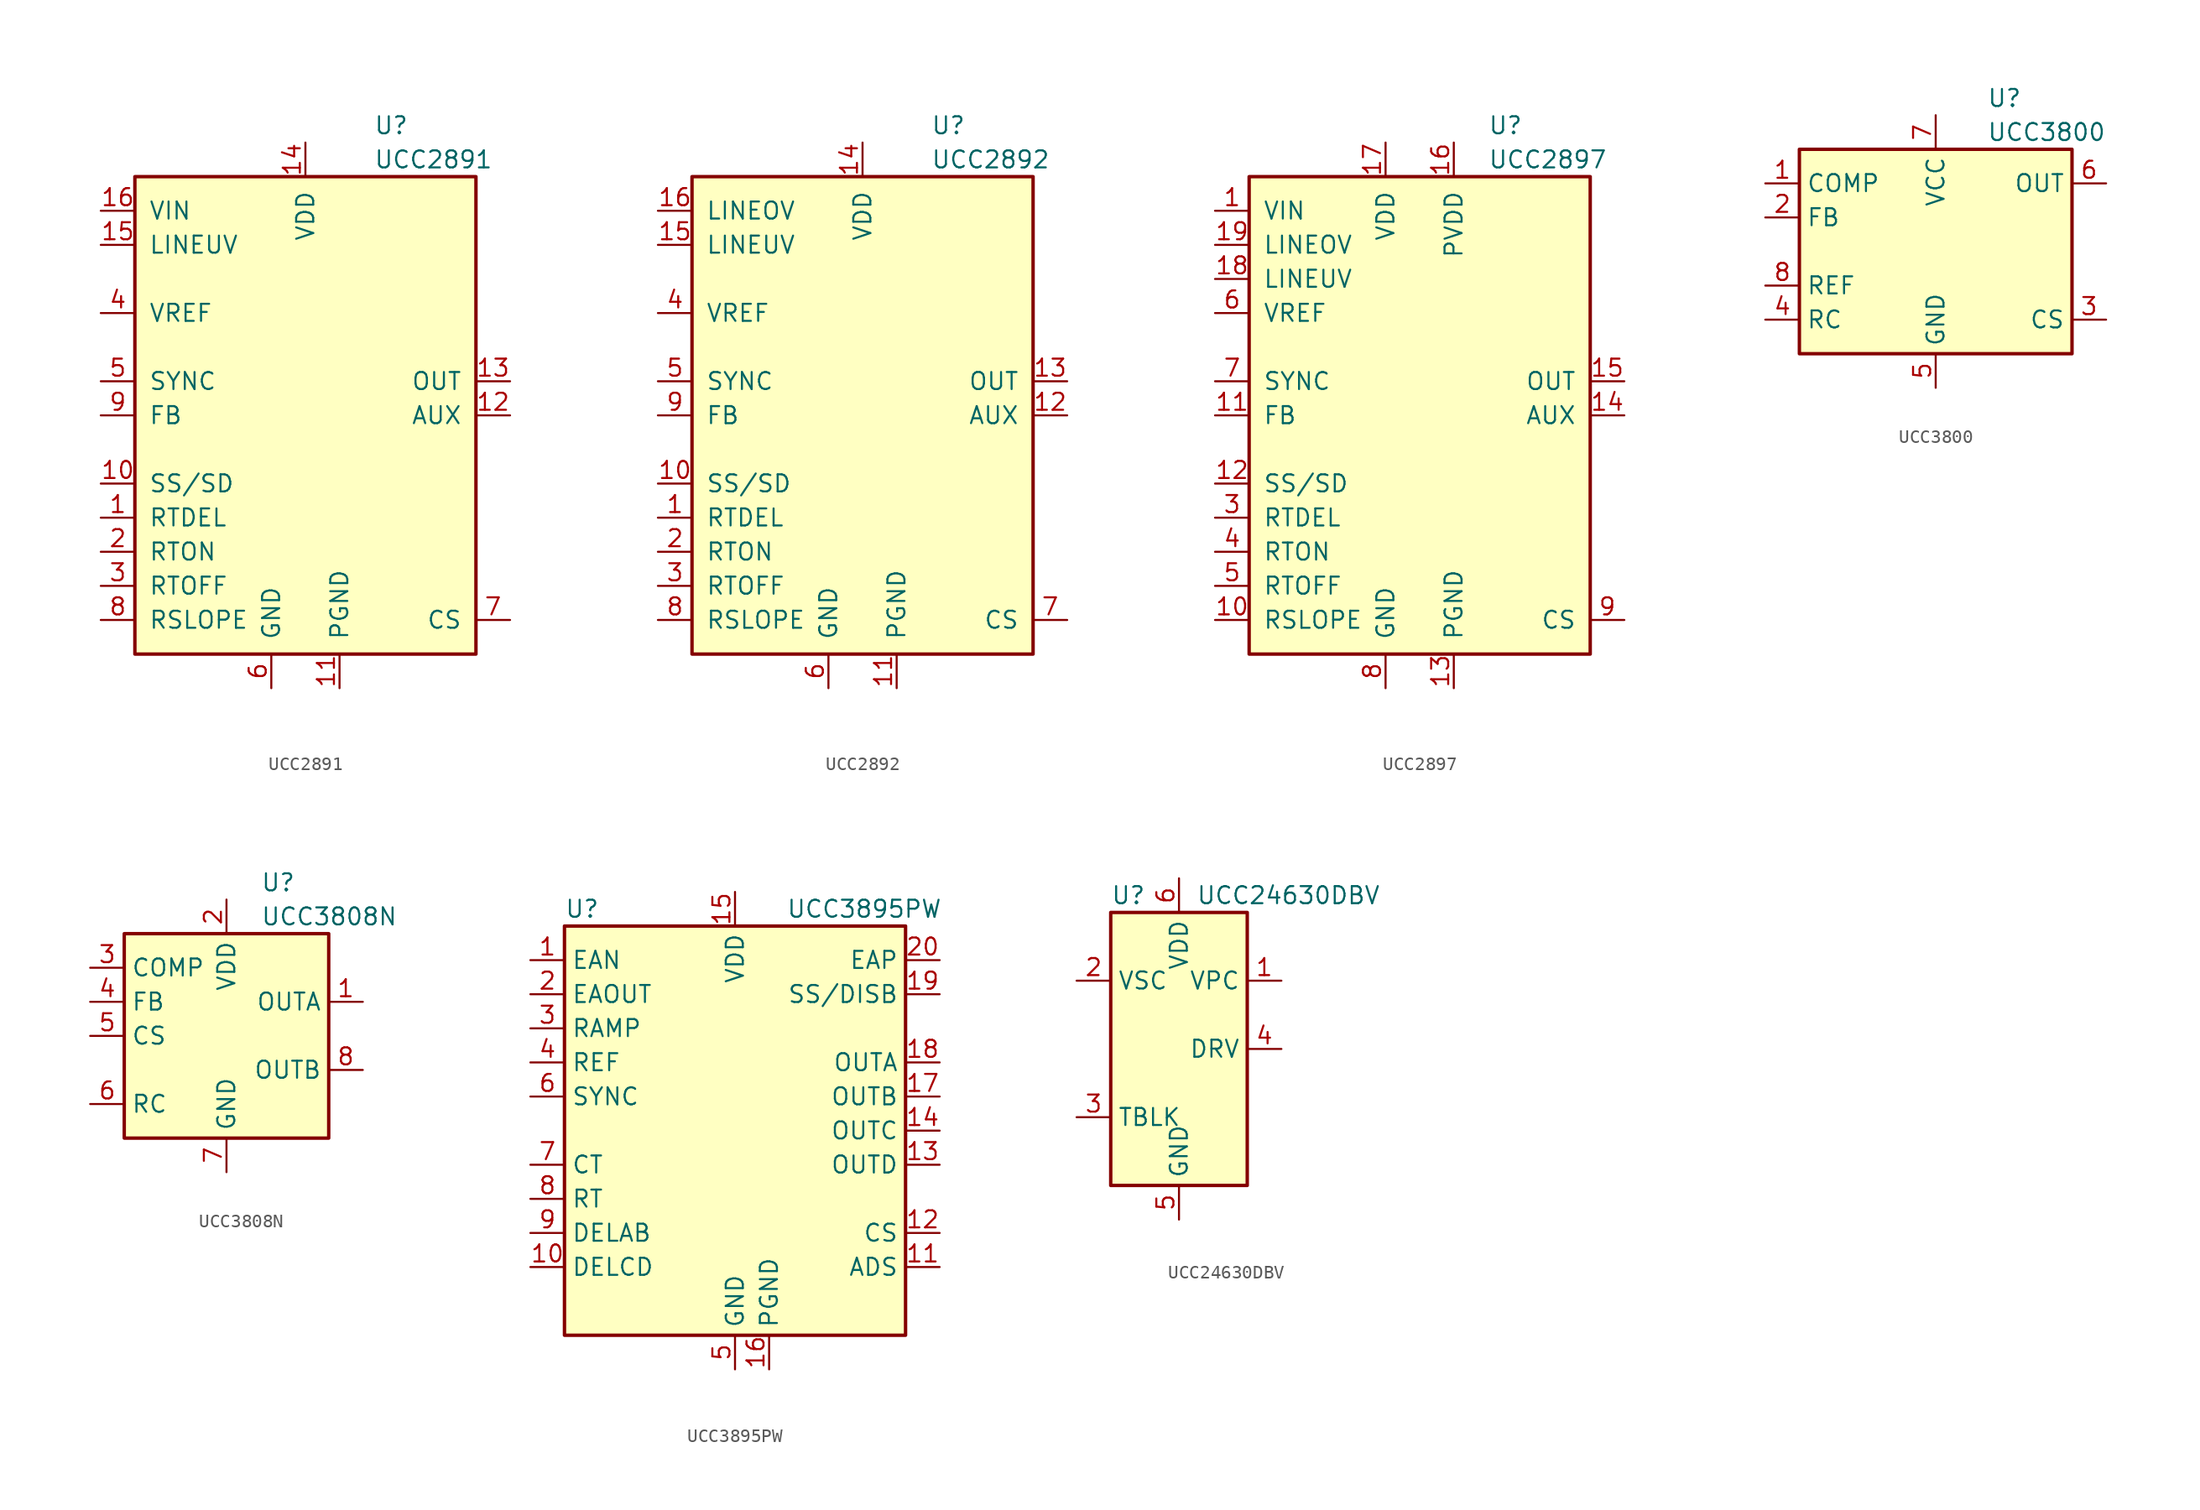
<source format=kicad_sym>
(kicad_symbol_lib
  (version 20201005)
  (generator kicad_symbol_editor)
  (symbol "Regulator_Controller:UCC2891"
    (pin_names
      (offset 1.016))
    (property "Reference" "U"
      (at 5.08 21.59 0)
      (effects (font (size 1.27 1.27)) (justify left)))
    (property "Value" "UCC2891"
      (at 5.08 19.05 0)
      (effects (font (size 1.27 1.27)) (justify left)))
    (symbol "UCC2891_0_1"
      (rectangle (start -12.7 -17.78) (end 12.7 17.78) (stroke (width 0.254)) (fill (type background))))
    (symbol "UCC2891_1_1"
      (pin passive line (at -15.24 -7.62 0) (length 2.54) (name "RTDEL" (effects (font (size 1.27 1.27)))) (number "1" (effects (font (size 1.27 1.27)))))
      (pin passive line (at -15.24 -5.08 0) (length 2.54) (name "SS/SD" (effects (font (size 1.27 1.27)))) (number "10" (effects (font (size 1.27 1.27)))))
      (pin power_in line (at 2.54 -20.32 90) (length 2.54) (name "PGND" (effects (font (size 1.27 1.27)))) (number "11" (effects (font (size 1.27 1.27)))))
      (pin output line (at 15.24 0 180) (length 2.54) (name "AUX" (effects (font (size 1.27 1.27)))) (number "12" (effects (font (size 1.27 1.27)))))
      (pin output line (at 15.24 2.54 180) (length 2.54) (name "OUT" (effects (font (size 1.27 1.27)))) (number "13" (effects (font (size 1.27 1.27)))))
      (pin power_in line (at 0 20.32 270) (length 2.54) (name "VDD" (effects (font (size 1.27 1.27)))) (number "14" (effects (font (size 1.27 1.27)))))
      (pin passive line (at -15.24 12.7 0) (length 2.54) (name "LINEUV" (effects (font (size 1.27 1.27)))) (number "15" (effects (font (size 1.27 1.27)))))
      (pin input line (at -15.24 15.24 0) (length 2.54) (name "VIN" (effects (font (size 1.27 1.27)))) (number "16" (effects (font (size 1.27 1.27)))))
      (pin passive line (at -15.24 -10.16 0) (length 2.54) (name "RTON" (effects (font (size 1.27 1.27)))) (number "2" (effects (font (size 1.27 1.27)))))
      (pin passive line (at -15.24 -12.7 0) (length 2.54) (name "RTOFF" (effects (font (size 1.27 1.27)))) (number "3" (effects (font (size 1.27 1.27)))))
      (pin output line (at -15.24 7.62 0) (length 2.54) (name "VREF" (effects (font (size 1.27 1.27)))) (number "4" (effects (font (size 1.27 1.27)))))
      (pin input line (at -15.24 2.54 0) (length 2.54) (name "SYNC" (effects (font (size 1.27 1.27)))) (number "5" (effects (font (size 1.27 1.27)))))
      (pin power_in line (at -2.54 -20.32 90) (length 2.54) (name "GND" (effects (font (size 1.27 1.27)))) (number "6" (effects (font (size 1.27 1.27)))))
      (pin input line (at 15.24 -15.24 180) (length 2.54) (name "CS" (effects (font (size 1.27 1.27)))) (number "7" (effects (font (size 1.27 1.27)))))
      (pin passive line (at -15.24 -15.24 0) (length 2.54) (name "RSLOPE" (effects (font (size 1.27 1.27)))) (number "8" (effects (font (size 1.27 1.27)))))
      (pin input line (at -15.24 0 0) (length 2.54) (name "FB" (effects (font (size 1.27 1.27)))) (number "9" (effects (font (size 1.27 1.27)))))))
  (symbol "Regulator_Controller:UCC2892"
    (pin_names
      (offset 1.016))
    (property "Reference" "U"
      (at 5.08 21.59 0)
      (effects (font (size 1.27 1.27)) (justify left)))
    (property "Value" "UCC2892"
      (at 5.08 19.05 0)
      (effects (font (size 1.27 1.27)) (justify left)))
    (symbol "UCC2892_0_1"
      (rectangle (start -12.7 -17.78) (end 12.7 17.78) (stroke (width 0.254)) (fill (type background))))
    (symbol "UCC2892_1_1"
      (pin passive line (at -15.24 -7.62 0) (length 2.54) (name "RTDEL" (effects (font (size 1.27 1.27)))) (number "1" (effects (font (size 1.27 1.27)))))
      (pin passive line (at -15.24 -5.08 0) (length 2.54) (name "SS/SD" (effects (font (size 1.27 1.27)))) (number "10" (effects (font (size 1.27 1.27)))))
      (pin power_in line (at 2.54 -20.32 90) (length 2.54) (name "PGND" (effects (font (size 1.27 1.27)))) (number "11" (effects (font (size 1.27 1.27)))))
      (pin output line (at 15.24 0 180) (length 2.54) (name "AUX" (effects (font (size 1.27 1.27)))) (number "12" (effects (font (size 1.27 1.27)))))
      (pin output line (at 15.24 2.54 180) (length 2.54) (name "OUT" (effects (font (size 1.27 1.27)))) (number "13" (effects (font (size 1.27 1.27)))))
      (pin power_in line (at 0 20.32 270) (length 2.54) (name "VDD" (effects (font (size 1.27 1.27)))) (number "14" (effects (font (size 1.27 1.27)))))
      (pin passive line (at -15.24 12.7 0) (length 2.54) (name "LINEUV" (effects (font (size 1.27 1.27)))) (number "15" (effects (font (size 1.27 1.27)))))
      (pin passive line (at -15.24 15.24 0) (length 2.54) (name "LINEOV" (effects (font (size 1.27 1.27)))) (number "16" (effects (font (size 1.27 1.27)))))
      (pin passive line (at -15.24 -10.16 0) (length 2.54) (name "RTON" (effects (font (size 1.27 1.27)))) (number "2" (effects (font (size 1.27 1.27)))))
      (pin passive line (at -15.24 -12.7 0) (length 2.54) (name "RTOFF" (effects (font (size 1.27 1.27)))) (number "3" (effects (font (size 1.27 1.27)))))
      (pin output line (at -15.24 7.62 0) (length 2.54) (name "VREF" (effects (font (size 1.27 1.27)))) (number "4" (effects (font (size 1.27 1.27)))))
      (pin input line (at -15.24 2.54 0) (length 2.54) (name "SYNC" (effects (font (size 1.27 1.27)))) (number "5" (effects (font (size 1.27 1.27)))))
      (pin power_in line (at -2.54 -20.32 90) (length 2.54) (name "GND" (effects (font (size 1.27 1.27)))) (number "6" (effects (font (size 1.27 1.27)))))
      (pin input line (at 15.24 -15.24 180) (length 2.54) (name "CS" (effects (font (size 1.27 1.27)))) (number "7" (effects (font (size 1.27 1.27)))))
      (pin passive line (at -15.24 -15.24 0) (length 2.54) (name "RSLOPE" (effects (font (size 1.27 1.27)))) (number "8" (effects (font (size 1.27 1.27)))))
      (pin input line (at -15.24 0 0) (length 2.54) (name "FB" (effects (font (size 1.27 1.27)))) (number "9" (effects (font (size 1.27 1.27)))))))
  (symbol "Regulator_Controller:UCC2897"
    (pin_names
      (offset 1.016))
    (property "Reference" "U"
      (at 5.08 21.59 0)
      (effects (font (size 1.27 1.27)) (justify left)))
    (property "Value" "UCC2897"
      (at 5.08 19.05 0)
      (effects (font (size 1.27 1.27)) (justify left)))
    (symbol "UCC2897_0_1"
      (rectangle (start -12.7 -17.78) (end 12.7 17.78) (stroke (width 0.254)) (fill (type background))))
    (symbol "UCC2897_1_1"
      (pin input line (at -15.24 15.24 0) (length 2.54) (name "VIN" (effects (font (size 1.27 1.27)))) (number "1" (effects (font (size 1.27 1.27)))))
      (pin passive line (at -15.24 -15.24 0) (length 2.54) (name "RSLOPE" (effects (font (size 1.27 1.27)))) (number "10" (effects (font (size 1.27 1.27)))))
      (pin input line (at -15.24 0 0) (length 2.54) (name "FB" (effects (font (size 1.27 1.27)))) (number "11" (effects (font (size 1.27 1.27)))))
      (pin passive line (at -15.24 -5.08 0) (length 2.54) (name "SS/SD" (effects (font (size 1.27 1.27)))) (number "12" (effects (font (size 1.27 1.27)))))
      (pin power_in line (at 2.54 -20.32 90) (length 2.54) (name "PGND" (effects (font (size 1.27 1.27)))) (number "13" (effects (font (size 1.27 1.27)))))
      (pin output line (at 15.24 0 180) (length 2.54) (name "AUX" (effects (font (size 1.27 1.27)))) (number "14" (effects (font (size 1.27 1.27)))))
      (pin output line (at 15.24 2.54 180) (length 2.54) (name "OUT" (effects (font (size 1.27 1.27)))) (number "15" (effects (font (size 1.27 1.27)))))
      (pin power_in line (at 2.54 20.32 270) (length 2.54) (name "PVDD" (effects (font (size 1.27 1.27)))) (number "16" (effects (font (size 1.27 1.27)))))
      (pin power_in line (at -2.54 20.32 270) (length 2.54) (name "VDD" (effects (font (size 1.27 1.27)))) (number "17" (effects (font (size 1.27 1.27)))))
      (pin passive line (at -15.24 10.16 0) (length 2.54) (name "LINEUV" (effects (font (size 1.27 1.27)))) (number "18" (effects (font (size 1.27 1.27)))))
      (pin passive line (at -15.24 12.7 0) (length 2.54) (name "LINEOV" (effects (font (size 1.27 1.27)))) (number "19" (effects (font (size 1.27 1.27)))))
      (pin no_connect line (at 15.24 15.24 180) (length 2.54) hide (name "N/C" (effects (font (size 1.27 1.27)))) (number "2" (effects (font (size 1.27 1.27)))))
      (pin no_connect line (at 15.24 12.7 180) (length 2.54) hide (name "N/C" (effects (font (size 1.27 1.27)))) (number "20" (effects (font (size 1.27 1.27)))))
      (pin passive line (at -15.24 -7.62 0) (length 2.54) (name "RTDEL" (effects (font (size 1.27 1.27)))) (number "3" (effects (font (size 1.27 1.27)))))
      (pin passive line (at -15.24 -10.16 0) (length 2.54) (name "RTON" (effects (font (size 1.27 1.27)))) (number "4" (effects (font (size 1.27 1.27)))))
      (pin passive line (at -15.24 -12.7 0) (length 2.54) (name "RTOFF" (effects (font (size 1.27 1.27)))) (number "5" (effects (font (size 1.27 1.27)))))
      (pin output line (at -15.24 7.62 0) (length 2.54) (name "VREF" (effects (font (size 1.27 1.27)))) (number "6" (effects (font (size 1.27 1.27)))))
      (pin input line (at -15.24 2.54 0) (length 2.54) (name "SYNC" (effects (font (size 1.27 1.27)))) (number "7" (effects (font (size 1.27 1.27)))))
      (pin power_in line (at -2.54 -20.32 90) (length 2.54) (name "GND" (effects (font (size 1.27 1.27)))) (number "8" (effects (font (size 1.27 1.27)))))
      (pin input line (at 15.24 -15.24 180) (length 2.54) (name "CS" (effects (font (size 1.27 1.27)))) (number "9" (effects (font (size 1.27 1.27)))))))
  (symbol "Regulator_Controller:UCC3800"
    (property "Reference" "U"
      (at 3.81 11.43 0)
      (effects (font (size 1.27 1.27)) (justify left)))
    (property "Value" "UCC3800"
      (at 3.81 8.89 0)
      (effects (font (size 1.27 1.27)) (justify left)))
    (symbol "UCC3800_0_1"
      (rectangle (start -10.16 -7.62) (end 10.16 7.62) (stroke (width 0.254)) (fill (type background))))
    (symbol "UCC3800_1_1"
      (pin passive line (at -12.7 5.08 0) (length 2.54) (name "COMP" (effects (font (size 1.27 1.27)))) (number "1" (effects (font (size 1.27 1.27)))))
      (pin input line (at -12.7 2.54 0) (length 2.54) (name "FB" (effects (font (size 1.27 1.27)))) (number "2" (effects (font (size 1.27 1.27)))))
      (pin input line (at 12.7 -5.08 180) (length 2.54) (name "CS" (effects (font (size 1.27 1.27)))) (number "3" (effects (font (size 1.27 1.27)))))
      (pin passive line (at -12.7 -5.08 0) (length 2.54) (name "RC" (effects (font (size 1.27 1.27)))) (number "4" (effects (font (size 1.27 1.27)))))
      (pin power_in line (at 0 -10.16 90) (length 2.54) (name "GND" (effects (font (size 1.27 1.27)))) (number "5" (effects (font (size 1.27 1.27)))))
      (pin output line (at 12.7 5.08 180) (length 2.54) (name "OUT" (effects (font (size 1.27 1.27)))) (number "6" (effects (font (size 1.27 1.27)))))
      (pin power_in line (at 0 10.16 270) (length 2.54) (name "VCC" (effects (font (size 1.27 1.27)))) (number "7" (effects (font (size 1.27 1.27)))))
      (pin power_in line (at -12.7 -2.54 0) (length 2.54) (name "REF" (effects (font (size 1.27 1.27)))) (number "8" (effects (font (size 1.27 1.27)))))))
  (symbol "Regulator_Controller:UCC3808N"
    (property "Reference" "U"
      (at 2.54 11.43 0)
      (effects (font (size 1.27 1.27)) (justify left)))
    (property "Value" "UCC3808N"
      (at 2.54 8.89 0)
      (effects (font (size 1.27 1.27)) (justify left)))
    (symbol "UCC3808N_0_1"
      (rectangle (start -7.62 -7.62) (end 7.62 7.62) (stroke (width 0.254)) (fill (type background))))
    (symbol "UCC3808N_1_1"
      (pin output line (at 10.16 2.54 180) (length 2.54) (name "OUTA" (effects (font (size 1.27 1.27)))) (number "1" (effects (font (size 1.27 1.27)))))
      (pin power_in line (at 0 10.16 270) (length 2.54) (name "VDD" (effects (font (size 1.27 1.27)))) (number "2" (effects (font (size 1.27 1.27)))))
      (pin passive line (at -10.16 5.08 0) (length 2.54) (name "COMP" (effects (font (size 1.27 1.27)))) (number "3" (effects (font (size 1.27 1.27)))))
      (pin input line (at -10.16 2.54 0) (length 2.54) (name "FB" (effects (font (size 1.27 1.27)))) (number "4" (effects (font (size 1.27 1.27)))))
      (pin input line (at -10.16 0 0) (length 2.54) (name "CS" (effects (font (size 1.27 1.27)))) (number "5" (effects (font (size 1.27 1.27)))))
      (pin passive line (at -10.16 -5.08 0) (length 2.54) (name "RC" (effects (font (size 1.27 1.27)))) (number "6" (effects (font (size 1.27 1.27)))))
      (pin power_in line (at 0 -10.16 90) (length 2.54) (name "GND" (effects (font (size 1.27 1.27)))) (number "7" (effects (font (size 1.27 1.27)))))
      (pin output line (at 10.16 -2.54 180) (length 2.54) (name "OUTB" (effects (font (size 1.27 1.27)))) (number "8" (effects (font (size 1.27 1.27)))))))
  (symbol "Regulator_Controller:UCC3895PW"
    (property "Reference" "U"
      (at -12.7 16.51 0)
      (effects (font (size 1.27 1.27)) (justify left)))
    (property "Value" "UCC3895PW"
      (at 3.81 16.51 0)
      (effects (font (size 1.27 1.27)) (justify left)))
    (symbol "UCC3895PW_0_1"
      (rectangle (start -12.7 15.24) (end 12.7 -15.24) (stroke (width 0.254)) (fill (type background))))
    (symbol "UCC3895PW_1_1"
      (pin input line (at -15.24 12.7 0) (length 2.54) (name "EAN" (effects (font (size 1.27 1.27)))) (number "1" (effects (font (size 1.27 1.27)))))
      (pin passive line (at -15.24 -10.16 0) (length 2.54) (name "DELCD" (effects (font (size 1.27 1.27)))) (number "10" (effects (font (size 1.27 1.27)))))
      (pin input line (at 15.24 -10.16 180) (length 2.54) (name "ADS" (effects (font (size 1.27 1.27)))) (number "11" (effects (font (size 1.27 1.27)))))
      (pin input line (at 15.24 -7.62 180) (length 2.54) (name "CS" (effects (font (size 1.27 1.27)))) (number "12" (effects (font (size 1.27 1.27)))))
      (pin output line (at 15.24 -2.54 180) (length 2.54) (name "OUTD" (effects (font (size 1.27 1.27)))) (number "13" (effects (font (size 1.27 1.27)))))
      (pin output line (at 15.24 0 180) (length 2.54) (name "OUTC" (effects (font (size 1.27 1.27)))) (number "14" (effects (font (size 1.27 1.27)))))
      (pin power_in line (at 0 17.78 270) (length 2.54) (name "VDD" (effects (font (size 1.27 1.27)))) (number "15" (effects (font (size 1.27 1.27)))))
      (pin power_in line (at 2.54 -17.78 90) (length 2.54) (name "PGND" (effects (font (size 1.27 1.27)))) (number "16" (effects (font (size 1.27 1.27)))))
      (pin output line (at 15.24 2.54 180) (length 2.54) (name "OUTB" (effects (font (size 1.27 1.27)))) (number "17" (effects (font (size 1.27 1.27)))))
      (pin output line (at 15.24 5.08 180) (length 2.54) (name "OUTA" (effects (font (size 1.27 1.27)))) (number "18" (effects (font (size 1.27 1.27)))))
      (pin passive line (at 15.24 10.16 180) (length 2.54) (name "SS/DISB" (effects (font (size 1.27 1.27)))) (number "19" (effects (font (size 1.27 1.27)))))
      (pin bidirectional line (at -15.24 10.16 0) (length 2.54) (name "EAOUT" (effects (font (size 1.27 1.27)))) (number "2" (effects (font (size 1.27 1.27)))))
      (pin input line (at 15.24 12.7 180) (length 2.54) (name "EAP" (effects (font (size 1.27 1.27)))) (number "20" (effects (font (size 1.27 1.27)))))
      (pin input line (at -15.24 7.62 0) (length 2.54) (name "RAMP" (effects (font (size 1.27 1.27)))) (number "3" (effects (font (size 1.27 1.27)))))
      (pin output line (at -15.24 5.08 0) (length 2.54) (name "REF" (effects (font (size 1.27 1.27)))) (number "4" (effects (font (size 1.27 1.27)))))
      (pin power_in line (at 0 -17.78 90) (length 2.54) (name "GND" (effects (font (size 1.27 1.27)))) (number "5" (effects (font (size 1.27 1.27)))))
      (pin bidirectional line (at -15.24 2.54 0) (length 2.54) (name "SYNC" (effects (font (size 1.27 1.27)))) (number "6" (effects (font (size 1.27 1.27)))))
      (pin passive line (at -15.24 -2.54 0) (length 2.54) (name "CT" (effects (font (size 1.27 1.27)))) (number "7" (effects (font (size 1.27 1.27)))))
      (pin passive line (at -15.24 -5.08 0) (length 2.54) (name "RT" (effects (font (size 1.27 1.27)))) (number "8" (effects (font (size 1.27 1.27)))))
      (pin passive line (at -15.24 -7.62 0) (length 2.54) (name "DELAB" (effects (font (size 1.27 1.27)))) (number "9" (effects (font (size 1.27 1.27)))))))
  (symbol "Regulator_Controller:UCC24630DBV"
    (property "Reference" "U"
      (at -5.08 11.43 0)
      (effects (font (size 1.27 1.27)) (justify left)))
    (property "Value" "UCC24630DBV"
      (at 1.27 11.43 0)
      (effects (font (size 1.27 1.27)) (justify left)))
    (symbol "UCC24630DBV_0_1"
      (rectangle (start -5.08 -10.16) (end 5.08 10.16) (stroke (width 0.254)) (fill (type background))))
    (symbol "UCC24630DBV_1_1"
      (pin input line (at 7.62 5.08 180) (length 2.54) (name "VPC" (effects (font (size 1.27 1.27)))) (number "1" (effects (font (size 1.27 1.27)))))
      (pin input line (at -7.62 5.08 0) (length 2.54) (name "VSC" (effects (font (size 1.27 1.27)))) (number "2" (effects (font (size 1.27 1.27)))))
      (pin passive line (at -7.62 -5.08 0) (length 2.54) (name "TBLK" (effects (font (size 1.27 1.27)))) (number "3" (effects (font (size 1.27 1.27)))))
      (pin output line (at 7.62 0 180) (length 2.54) (name "DRV" (effects (font (size 1.27 1.27)))) (number "4" (effects (font (size 1.27 1.27)))))
      (pin power_in line (at 0 -12.7 90) (length 2.54) (name "GND" (effects (font (size 1.27 1.27)))) (number "5" (effects (font (size 1.27 1.27)))))
      (pin power_in line (at 0 12.7 270) (length 2.54) (name "VDD" (effects (font (size 1.27 1.27)))) (number "6" (effects (font (size 1.27 1.27))))))))
</source>
